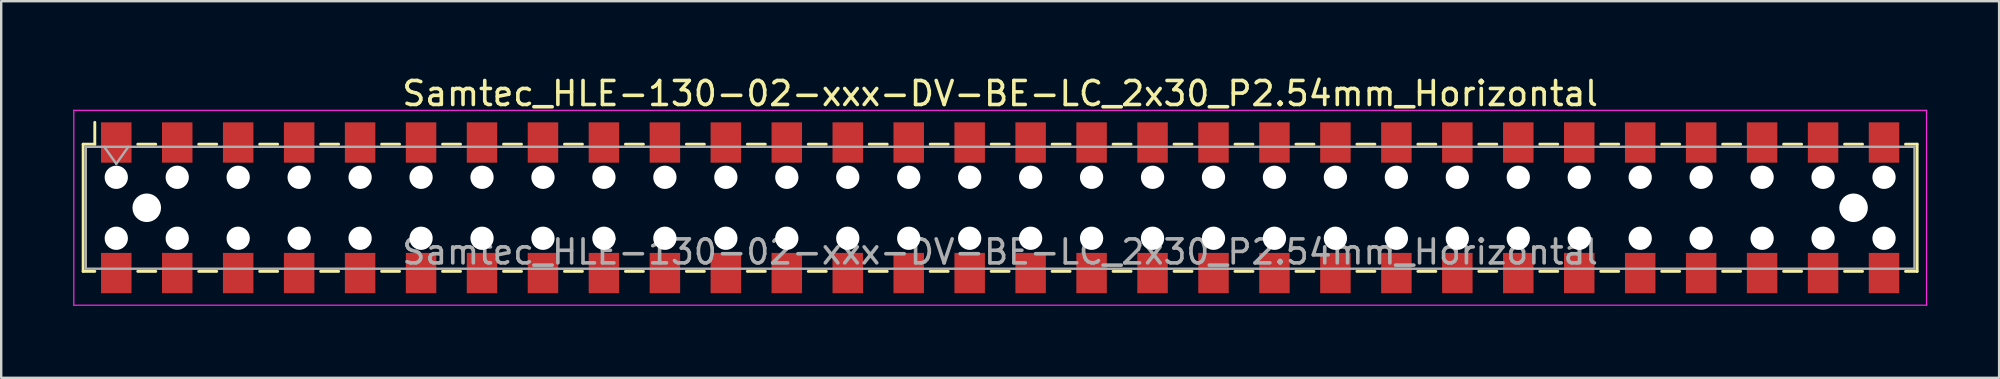
<source format=kicad_pcb>
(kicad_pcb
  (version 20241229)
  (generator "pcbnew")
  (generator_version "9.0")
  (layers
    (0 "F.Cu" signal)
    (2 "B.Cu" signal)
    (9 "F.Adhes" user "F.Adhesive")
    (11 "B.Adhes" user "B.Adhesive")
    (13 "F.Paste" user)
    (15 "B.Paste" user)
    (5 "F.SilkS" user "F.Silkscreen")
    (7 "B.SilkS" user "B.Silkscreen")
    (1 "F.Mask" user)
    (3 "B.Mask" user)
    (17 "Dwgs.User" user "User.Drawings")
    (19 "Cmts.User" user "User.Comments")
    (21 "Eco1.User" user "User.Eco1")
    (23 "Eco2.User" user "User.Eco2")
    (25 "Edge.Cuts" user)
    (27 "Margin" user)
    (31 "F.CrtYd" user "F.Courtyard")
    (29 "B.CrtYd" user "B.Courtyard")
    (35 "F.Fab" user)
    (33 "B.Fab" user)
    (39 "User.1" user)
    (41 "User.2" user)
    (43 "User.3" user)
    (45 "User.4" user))
  (footprint "Samtec_HLE-130-02-xxx-DV-BE-LC_2x30_P2.54mm_Horizontal"
    (layer "F.Cu")
    (at 38.625 5.608)
    (property "Reference" "Samtec_HLE-130-02-xxx-DV-BE-LC_2x30_P2.54mm_Horizontal" (at 0 -4.76 0) (layer "F.SilkS") (effects (font (size 1 1) (thickness 0.15))))
    (attr smd)
    (fp_line (start -38.21 -2.65) (end -38.21 2.65) (stroke (width 0.12) (type solid)) (layer "F.SilkS"))
    (fp_line (start -38.21 2.65) (end -37.725 2.65) (stroke (width 0.12) (type solid)) (layer "F.SilkS"))
    (fp_line (start -37.725 -3.56) (end -37.725 -2.65) (stroke (width 0.12) (type solid)) (layer "F.SilkS"))
    (fp_line (start -37.725 -2.65) (end -38.21 -2.65) (stroke (width 0.12) (type solid)) (layer "F.SilkS"))
    (fp_line (start -35.935 -2.65) (end -35.185 -2.65) (stroke (width 0.12) (type solid)) (layer "F.SilkS"))
    (fp_line (start -35.935 2.65) (end -35.185 2.65) (stroke (width 0.12) (type solid)) (layer "F.SilkS"))
    (fp_line (start -33.395 -2.65) (end -32.645 -2.65) (stroke (width 0.12) (type solid)) (layer "F.SilkS"))
    (fp_line (start -33.395 2.65) (end -32.645 2.65) (stroke (width 0.12) (type solid)) (layer "F.SilkS"))
    (fp_line (start -30.855 -2.65) (end -30.105 -2.65) (stroke (width 0.12) (type solid)) (layer "F.SilkS"))
    (fp_line (start -30.855 2.65) (end -30.105 2.65) (stroke (width 0.12) (type solid)) (layer "F.SilkS"))
    (fp_line (start -28.315 -2.65) (end -27.565 -2.65) (stroke (width 0.12) (type solid)) (layer "F.SilkS"))
    (fp_line (start -28.315 2.65) (end -27.565 2.65) (stroke (width 0.12) (type solid)) (layer "F.SilkS"))
    (fp_line (start -25.775 -2.65) (end -25.025 -2.65) (stroke (width 0.12) (type solid)) (layer "F.SilkS"))
    (fp_line (start -25.775 2.65) (end -25.025 2.65) (stroke (width 0.12) (type solid)) (layer "F.SilkS"))
    (fp_line (start -23.235 -2.65) (end -22.485 -2.65) (stroke (width 0.12) (type solid)) (layer "F.SilkS"))
    (fp_line (start -23.235 2.65) (end -22.485 2.65) (stroke (width 0.12) (type solid)) (layer "F.SilkS"))
    (fp_line (start -20.695 -2.65) (end -19.945 -2.65) (stroke (width 0.12) (type solid)) (layer "F.SilkS"))
    (fp_line (start -20.695 2.65) (end -19.945 2.65) (stroke (width 0.12) (type solid)) (layer "F.SilkS"))
    (fp_line (start -18.155 -2.65) (end -17.405 -2.65) (stroke (width 0.12) (type solid)) (layer "F.SilkS"))
    (fp_line (start -18.155 2.65) (end -17.405 2.65) (stroke (width 0.12) (type solid)) (layer "F.SilkS"))
    (fp_line (start -15.615 -2.65) (end -14.865 -2.65) (stroke (width 0.12) (type solid)) (layer "F.SilkS"))
    (fp_line (start -15.615 2.65) (end -14.865 2.65) (stroke (width 0.12) (type solid)) (layer "F.SilkS"))
    (fp_line (start -13.075 -2.65) (end -12.325 -2.65) (stroke (width 0.12) (type solid)) (layer "F.SilkS"))
    (fp_line (start -13.075 2.65) (end -12.325 2.65) (stroke (width 0.12) (type solid)) (layer "F.SilkS"))
    (fp_line (start -10.535 -2.65) (end -9.785 -2.65) (stroke (width 0.12) (type solid)) (layer "F.SilkS"))
    (fp_line (start -10.535 2.65) (end -9.785 2.65) (stroke (width 0.12) (type solid)) (layer "F.SilkS"))
    (fp_line (start -7.995 -2.65) (end -7.245 -2.65) (stroke (width 0.12) (type solid)) (layer "F.SilkS"))
    (fp_line (start -7.995 2.65) (end -7.245 2.65) (stroke (width 0.12) (type solid)) (layer "F.SilkS"))
    (fp_line (start -5.455 -2.65) (end -4.705 -2.65) (stroke (width 0.12) (type solid)) (layer "F.SilkS"))
    (fp_line (start -5.455 2.65) (end -4.705 2.65) (stroke (width 0.12) (type solid)) (layer "F.SilkS"))
    (fp_line (start -2.915 -2.65) (end -2.165 -2.65) (stroke (width 0.12) (type solid)) (layer "F.SilkS"))
    (fp_line (start -2.915 2.65) (end -2.165 2.65) (stroke (width 0.12) (type solid)) (layer "F.SilkS"))
    (fp_line (start -0.375 -2.65) (end 0.375 -2.65) (stroke (width 0.12) (type solid)) (layer "F.SilkS"))
    (fp_line (start -0.375 2.65) (end 0.375 2.65) (stroke (width 0.12) (type solid)) (layer "F.SilkS"))
    (fp_line (start 2.165 -2.65) (end 2.915 -2.65) (stroke (width 0.12) (type solid)) (layer "F.SilkS"))
    (fp_line (start 2.165 2.65) (end 2.915 2.65) (stroke (width 0.12) (type solid)) (layer "F.SilkS"))
    (fp_line (start 4.705 -2.65) (end 5.455 -2.65) (stroke (width 0.12) (type solid)) (layer "F.SilkS"))
    (fp_line (start 4.705 2.65) (end 5.455 2.65) (stroke (width 0.12) (type solid)) (layer "F.SilkS"))
    (fp_line (start 7.245 -2.65) (end 7.995 -2.65) (stroke (width 0.12) (type solid)) (layer "F.SilkS"))
    (fp_line (start 7.245 2.65) (end 7.995 2.65) (stroke (width 0.12) (type solid)) (layer "F.SilkS"))
    (fp_line (start 9.785 -2.65) (end 10.535 -2.65) (stroke (width 0.12) (type solid)) (layer "F.SilkS"))
    (fp_line (start 9.785 2.65) (end 10.535 2.65) (stroke (width 0.12) (type solid)) (layer "F.SilkS"))
    (fp_line (start 12.325 -2.65) (end 13.075 -2.65) (stroke (width 0.12) (type solid)) (layer "F.SilkS"))
    (fp_line (start 12.325 2.65) (end 13.075 2.65) (stroke (width 0.12) (type solid)) (layer "F.SilkS"))
    (fp_line (start 14.865 -2.65) (end 15.615 -2.65) (stroke (width 0.12) (type solid)) (layer "F.SilkS"))
    (fp_line (start 14.865 2.65) (end 15.615 2.65) (stroke (width 0.12) (type solid)) (layer "F.SilkS"))
    (fp_line (start 17.405 -2.65) (end 18.155 -2.65) (stroke (width 0.12) (type solid)) (layer "F.SilkS"))
    (fp_line (start 17.405 2.65) (end 18.155 2.65) (stroke (width 0.12) (type solid)) (layer "F.SilkS"))
    (fp_line (start 19.945 -2.65) (end 20.695 -2.65) (stroke (width 0.12) (type solid)) (layer "F.SilkS"))
    (fp_line (start 19.945 2.65) (end 20.695 2.65) (stroke (width 0.12) (type solid)) (layer "F.SilkS"))
    (fp_line (start 22.485 -2.65) (end 23.235 -2.65) (stroke (width 0.12) (type solid)) (layer "F.SilkS"))
    (fp_line (start 22.485 2.65) (end 23.235 2.65) (stroke (width 0.12) (type solid)) (layer "F.SilkS"))
    (fp_line (start 25.025 -2.65) (end 25.775 -2.65) (stroke (width 0.12) (type solid)) (layer "F.SilkS"))
    (fp_line (start 25.025 2.65) (end 25.775 2.65) (stroke (width 0.12) (type solid)) (layer "F.SilkS"))
    (fp_line (start 27.565 -2.65) (end 28.315 -2.65) (stroke (width 0.12) (type solid)) (layer "F.SilkS"))
    (fp_line (start 27.565 2.65) (end 28.315 2.65) (stroke (width 0.12) (type solid)) (layer "F.SilkS"))
    (fp_line (start 30.105 -2.65) (end 30.855 -2.65) (stroke (width 0.12) (type solid)) (layer "F.SilkS"))
    (fp_line (start 30.105 2.65) (end 30.855 2.65) (stroke (width 0.12) (type solid)) (layer "F.SilkS"))
    (fp_line (start 32.645 -2.65) (end 33.395 -2.65) (stroke (width 0.12) (type solid)) (layer "F.SilkS"))
    (fp_line (start 32.645 2.65) (end 33.395 2.65) (stroke (width 0.12) (type solid)) (layer "F.SilkS"))
    (fp_line (start 35.185 -2.65) (end 35.935 -2.65) (stroke (width 0.12) (type solid)) (layer "F.SilkS"))
    (fp_line (start 35.185 2.65) (end 35.935 2.65) (stroke (width 0.12) (type solid)) (layer "F.SilkS"))
    (fp_line (start 37.725 -2.65) (end 38.21 -2.65) (stroke (width 0.12) (type solid)) (layer "F.SilkS"))
    (fp_line (start 38.21 -2.65) (end 38.21 2.65) (stroke (width 0.12) (type solid)) (layer "F.SilkS"))
    (fp_line (start 38.21 2.65) (end 37.725 2.65) (stroke (width 0.12) (type solid)) (layer "F.SilkS"))
    (fp_line (start -38.6 -4.06) (end 38.6 -4.06) (stroke (width 0.05) (type solid)) (layer "F.CrtYd"))
    (fp_line (start -38.6 4.06) (end -38.6 -4.06) (stroke (width 0.05) (type solid)) (layer "F.CrtYd"))
    (fp_line (start 38.6 -4.06) (end 38.6 4.06) (stroke (width 0.05) (type solid)) (layer "F.CrtYd"))
    (fp_line (start 38.6 4.06) (end -38.6 4.06) (stroke (width 0.05) (type solid)) (layer "F.CrtYd"))
    (fp_line (start -38.1 -2.54) (end 38.1 -2.54) (stroke (width 0.1) (type solid)) (layer "F.Fab"))
    (fp_line (start -38.1 2.54) (end -38.1 -2.54) (stroke (width 0.1) (type solid)) (layer "F.Fab"))
    (fp_line (start -37.33 -2.54) (end -36.83 -1.833) (stroke (width 0.1) (type solid)) (layer "F.Fab"))
    (fp_line (start -36.83 -1.833) (end -36.33 -2.54) (stroke (width 0.1) (type solid)) (layer "F.Fab"))
    (fp_line (start 38.1 -2.54) (end 38.1 2.54) (stroke (width 0.1) (type solid)) (layer "F.Fab"))
    (fp_line (start 38.1 2.54) (end -38.1 2.54) (stroke (width 0.1) (type solid)) (layer "F.Fab"))
    (fp_text user "${REFERENCE}" (at 0 1.84 0) (layer "F.Fab") (effects (font (size 1 1) (thickness 0.15))))
    (pad "" np_thru_hole circle (at -36.83 -1.27) (size 0.97 0.97) (drill 0.97) (layers "*.Cu" "*.Mask"))
    (pad "" np_thru_hole circle (at -36.83 1.27) (size 0.97 0.97) (drill 0.97) (layers "*.Cu" "*.Mask"))
    (pad "" np_thru_hole circle (at -35.56 0) (size 1.19 1.19) (drill 1.19) (layers "*.Cu" "*.Mask"))
    (pad "" np_thru_hole circle (at -34.29 -1.27) (size 0.97 0.97) (drill 0.97) (layers "*.Cu" "*.Mask"))
    (pad "" np_thru_hole circle (at -34.29 1.27) (size 0.97 0.97) (drill 0.97) (layers "*.Cu" "*.Mask"))
    (pad "" np_thru_hole circle (at -31.75 -1.27) (size 0.97 0.97) (drill 0.97) (layers "*.Cu" "*.Mask"))
    (pad "" np_thru_hole circle (at -31.75 1.27) (size 0.97 0.97) (drill 0.97) (layers "*.Cu" "*.Mask"))
    (pad "" np_thru_hole circle (at -29.21 -1.27) (size 0.97 0.97) (drill 0.97) (layers "*.Cu" "*.Mask"))
    (pad "" np_thru_hole circle (at -29.21 1.27) (size 0.97 0.97) (drill 0.97) (layers "*.Cu" "*.Mask"))
    (pad "" np_thru_hole circle (at -26.67 -1.27) (size 0.97 0.97) (drill 0.97) (layers "*.Cu" "*.Mask"))
    (pad "" np_thru_hole circle (at -26.67 1.27) (size 0.97 0.97) (drill 0.97) (layers "*.Cu" "*.Mask"))
    (pad "" np_thru_hole circle (at -24.13 -1.27) (size 0.97 0.97) (drill 0.97) (layers "*.Cu" "*.Mask"))
    (pad "" np_thru_hole circle (at -24.13 1.27) (size 0.97 0.97) (drill 0.97) (layers "*.Cu" "*.Mask"))
    (pad "" np_thru_hole circle (at -21.59 -1.27) (size 0.97 0.97) (drill 0.97) (layers "*.Cu" "*.Mask"))
    (pad "" np_thru_hole circle (at -21.59 1.27) (size 0.97 0.97) (drill 0.97) (layers "*.Cu" "*.Mask"))
    (pad "" np_thru_hole circle (at -19.05 -1.27) (size 0.97 0.97) (drill 0.97) (layers "*.Cu" "*.Mask"))
    (pad "" np_thru_hole circle (at -19.05 1.27) (size 0.97 0.97) (drill 0.97) (layers "*.Cu" "*.Mask"))
    (pad "" np_thru_hole circle (at -16.51 -1.27) (size 0.97 0.97) (drill 0.97) (layers "*.Cu" "*.Mask"))
    (pad "" np_thru_hole circle (at -16.51 1.27) (size 0.97 0.97) (drill 0.97) (layers "*.Cu" "*.Mask"))
    (pad "" np_thru_hole circle (at -13.97 -1.27) (size 0.97 0.97) (drill 0.97) (layers "*.Cu" "*.Mask"))
    (pad "" np_thru_hole circle (at -13.97 1.27) (size 0.97 0.97) (drill 0.97) (layers "*.Cu" "*.Mask"))
    (pad "" np_thru_hole circle (at -11.43 -1.27) (size 0.97 0.97) (drill 0.97) (layers "*.Cu" "*.Mask"))
    (pad "" np_thru_hole circle (at -11.43 1.27) (size 0.97 0.97) (drill 0.97) (layers "*.Cu" "*.Mask"))
    (pad "" np_thru_hole circle (at -8.89 -1.27) (size 0.97 0.97) (drill 0.97) (layers "*.Cu" "*.Mask"))
    (pad "" np_thru_hole circle (at -8.89 1.27) (size 0.97 0.97) (drill 0.97) (layers "*.Cu" "*.Mask"))
    (pad "" np_thru_hole circle (at -6.35 -1.27) (size 0.97 0.97) (drill 0.97) (layers "*.Cu" "*.Mask"))
    (pad "" np_thru_hole circle (at -6.35 1.27) (size 0.97 0.97) (drill 0.97) (layers "*.Cu" "*.Mask"))
    (pad "" np_thru_hole circle (at -3.81 -1.27) (size 0.97 0.97) (drill 0.97) (layers "*.Cu" "*.Mask"))
    (pad "" np_thru_hole circle (at -3.81 1.27) (size 0.97 0.97) (drill 0.97) (layers "*.Cu" "*.Mask"))
    (pad "" np_thru_hole circle (at -1.27 -1.27) (size 0.97 0.97) (drill 0.97) (layers "*.Cu" "*.Mask"))
    (pad "" np_thru_hole circle (at -1.27 1.27) (size 0.97 0.97) (drill 0.97) (layers "*.Cu" "*.Mask"))
    (pad "" np_thru_hole circle (at 1.27 -1.27) (size 0.97 0.97) (drill 0.97) (layers "*.Cu" "*.Mask"))
    (pad "" np_thru_hole circle (at 1.27 1.27) (size 0.97 0.97) (drill 0.97) (layers "*.Cu" "*.Mask"))
    (pad "" np_thru_hole circle (at 3.81 -1.27) (size 0.97 0.97) (drill 0.97) (layers "*.Cu" "*.Mask"))
    (pad "" np_thru_hole circle (at 3.81 1.27) (size 0.97 0.97) (drill 0.97) (layers "*.Cu" "*.Mask"))
    (pad "" np_thru_hole circle (at 6.35 -1.27) (size 0.97 0.97) (drill 0.97) (layers "*.Cu" "*.Mask"))
    (pad "" np_thru_hole circle (at 6.35 1.27) (size 0.97 0.97) (drill 0.97) (layers "*.Cu" "*.Mask"))
    (pad "" np_thru_hole circle (at 8.89 -1.27) (size 0.97 0.97) (drill 0.97) (layers "*.Cu" "*.Mask"))
    (pad "" np_thru_hole circle (at 8.89 1.27) (size 0.97 0.97) (drill 0.97) (layers "*.Cu" "*.Mask"))
    (pad "" np_thru_hole circle (at 11.43 -1.27) (size 0.97 0.97) (drill 0.97) (layers "*.Cu" "*.Mask"))
    (pad "" np_thru_hole circle (at 11.43 1.27) (size 0.97 0.97) (drill 0.97) (layers "*.Cu" "*.Mask"))
    (pad "" np_thru_hole circle (at 13.97 -1.27) (size 0.97 0.97) (drill 0.97) (layers "*.Cu" "*.Mask"))
    (pad "" np_thru_hole circle (at 13.97 1.27) (size 0.97 0.97) (drill 0.97) (layers "*.Cu" "*.Mask"))
    (pad "" np_thru_hole circle (at 16.51 -1.27) (size 0.97 0.97) (drill 0.97) (layers "*.Cu" "*.Mask"))
    (pad "" np_thru_hole circle (at 16.51 1.27) (size 0.97 0.97) (drill 0.97) (layers "*.Cu" "*.Mask"))
    (pad "" np_thru_hole circle (at 19.05 -1.27) (size 0.97 0.97) (drill 0.97) (layers "*.Cu" "*.Mask"))
    (pad "" np_thru_hole circle (at 19.05 1.27) (size 0.97 0.97) (drill 0.97) (layers "*.Cu" "*.Mask"))
    (pad "" np_thru_hole circle (at 21.59 -1.27) (size 0.97 0.97) (drill 0.97) (layers "*.Cu" "*.Mask"))
    (pad "" np_thru_hole circle (at 21.59 1.27) (size 0.97 0.97) (drill 0.97) (layers "*.Cu" "*.Mask"))
    (pad "" np_thru_hole circle (at 24.13 -1.27) (size 0.97 0.97) (drill 0.97) (layers "*.Cu" "*.Mask"))
    (pad "" np_thru_hole circle (at 24.13 1.27) (size 0.97 0.97) (drill 0.97) (layers "*.Cu" "*.Mask"))
    (pad "" np_thru_hole circle (at 26.67 -1.27) (size 0.97 0.97) (drill 0.97) (layers "*.Cu" "*.Mask"))
    (pad "" np_thru_hole circle (at 26.67 1.27) (size 0.97 0.97) (drill 0.97) (layers "*.Cu" "*.Mask"))
    (pad "" np_thru_hole circle (at 29.21 -1.27) (size 0.97 0.97) (drill 0.97) (layers "*.Cu" "*.Mask"))
    (pad "" np_thru_hole circle (at 29.21 1.27) (size 0.97 0.97) (drill 0.97) (layers "*.Cu" "*.Mask"))
    (pad "" np_thru_hole circle (at 31.75 -1.27) (size 0.97 0.97) (drill 0.97) (layers "*.Cu" "*.Mask"))
    (pad "" np_thru_hole circle (at 31.75 1.27) (size 0.97 0.97) (drill 0.97) (layers "*.Cu" "*.Mask"))
    (pad "" np_thru_hole circle (at 34.29 -1.27) (size 0.97 0.97) (drill 0.97) (layers "*.Cu" "*.Mask"))
    (pad "" np_thru_hole circle (at 34.29 1.27) (size 0.97 0.97) (drill 0.97) (layers "*.Cu" "*.Mask"))
    (pad "" np_thru_hole circle (at 35.56 0) (size 1.19 1.19) (drill 1.19) (layers "*.Cu" "*.Mask"))
    (pad "" np_thru_hole circle (at 36.83 -1.27) (size 0.97 0.97) (drill 0.97) (layers "*.Cu" "*.Mask"))
    (pad "" np_thru_hole circle (at 36.83 1.27) (size 0.97 0.97) (drill 0.97) (layers "*.Cu" "*.Mask"))
    (pad "1" smd rect (at -36.83 -2.72) (size 1.27 1.68) (layers "F.Cu" "F.Mask" "F.Paste"))
    (pad "2" smd rect (at -36.83 2.72) (size 1.27 1.68) (layers "F.Cu" "F.Mask" "F.Paste"))
    (pad "3" smd rect (at -34.29 -2.72) (size 1.27 1.68) (layers "F.Cu" "F.Mask" "F.Paste"))
    (pad "4" smd rect (at -34.29 2.72) (size 1.27 1.68) (layers "F.Cu" "F.Mask" "F.Paste"))
    (pad "5" smd rect (at -31.75 -2.72) (size 1.27 1.68) (layers "F.Cu" "F.Mask" "F.Paste"))
    (pad "6" smd rect (at -31.75 2.72) (size 1.27 1.68) (layers "F.Cu" "F.Mask" "F.Paste"))
    (pad "7" smd rect (at -29.21 -2.72) (size 1.27 1.68) (layers "F.Cu" "F.Mask" "F.Paste"))
    (pad "8" smd rect (at -29.21 2.72) (size 1.27 1.68) (layers "F.Cu" "F.Mask" "F.Paste"))
    (pad "9" smd rect (at -26.67 -2.72) (size 1.27 1.68) (layers "F.Cu" "F.Mask" "F.Paste"))
    (pad "10" smd rect (at -26.67 2.72) (size 1.27 1.68) (layers "F.Cu" "F.Mask" "F.Paste"))
    (pad "11" smd rect (at -24.13 -2.72) (size 1.27 1.68) (layers "F.Cu" "F.Mask" "F.Paste"))
    (pad "12" smd rect (at -24.13 2.72) (size 1.27 1.68) (layers "F.Cu" "F.Mask" "F.Paste"))
    (pad "13" smd rect (at -21.59 -2.72) (size 1.27 1.68) (layers "F.Cu" "F.Mask" "F.Paste"))
    (pad "14" smd rect (at -21.59 2.72) (size 1.27 1.68) (layers "F.Cu" "F.Mask" "F.Paste"))
    (pad "15" smd rect (at -19.05 -2.72) (size 1.27 1.68) (layers "F.Cu" "F.Mask" "F.Paste"))
    (pad "16" smd rect (at -19.05 2.72) (size 1.27 1.68) (layers "F.Cu" "F.Mask" "F.Paste"))
    (pad "17" smd rect (at -16.51 -2.72) (size 1.27 1.68) (layers "F.Cu" "F.Mask" "F.Paste"))
    (pad "18" smd rect (at -16.51 2.72) (size 1.27 1.68) (layers "F.Cu" "F.Mask" "F.Paste"))
    (pad "19" smd rect (at -13.97 -2.72) (size 1.27 1.68) (layers "F.Cu" "F.Mask" "F.Paste"))
    (pad "20" smd rect (at -13.97 2.72) (size 1.27 1.68) (layers "F.Cu" "F.Mask" "F.Paste"))
    (pad "21" smd rect (at -11.43 -2.72) (size 1.27 1.68) (layers "F.Cu" "F.Mask" "F.Paste"))
    (pad "22" smd rect (at -11.43 2.72) (size 1.27 1.68) (layers "F.Cu" "F.Mask" "F.Paste"))
    (pad "23" smd rect (at -8.89 -2.72) (size 1.27 1.68) (layers "F.Cu" "F.Mask" "F.Paste"))
    (pad "24" smd rect (at -8.89 2.72) (size 1.27 1.68) (layers "F.Cu" "F.Mask" "F.Paste"))
    (pad "25" smd rect (at -6.35 -2.72) (size 1.27 1.68) (layers "F.Cu" "F.Mask" "F.Paste"))
    (pad "26" smd rect (at -6.35 2.72) (size 1.27 1.68) (layers "F.Cu" "F.Mask" "F.Paste"))
    (pad "27" smd rect (at -3.81 -2.72) (size 1.27 1.68) (layers "F.Cu" "F.Mask" "F.Paste"))
    (pad "28" smd rect (at -3.81 2.72) (size 1.27 1.68) (layers "F.Cu" "F.Mask" "F.Paste"))
    (pad "29" smd rect (at -1.27 -2.72) (size 1.27 1.68) (layers "F.Cu" "F.Mask" "F.Paste"))
    (pad "30" smd rect (at -1.27 2.72) (size 1.27 1.68) (layers "F.Cu" "F.Mask" "F.Paste"))
    (pad "31" smd rect (at 1.27 -2.72) (size 1.27 1.68) (layers "F.Cu" "F.Mask" "F.Paste"))
    (pad "32" smd rect (at 1.27 2.72) (size 1.27 1.68) (layers "F.Cu" "F.Mask" "F.Paste"))
    (pad "33" smd rect (at 3.81 -2.72) (size 1.27 1.68) (layers "F.Cu" "F.Mask" "F.Paste"))
    (pad "34" smd rect (at 3.81 2.72) (size 1.27 1.68) (layers "F.Cu" "F.Mask" "F.Paste"))
    (pad "35" smd rect (at 6.35 -2.72) (size 1.27 1.68) (layers "F.Cu" "F.Mask" "F.Paste"))
    (pad "36" smd rect (at 6.35 2.72) (size 1.27 1.68) (layers "F.Cu" "F.Mask" "F.Paste"))
    (pad "37" smd rect (at 8.89 -2.72) (size 1.27 1.68) (layers "F.Cu" "F.Mask" "F.Paste"))
    (pad "38" smd rect (at 8.89 2.72) (size 1.27 1.68) (layers "F.Cu" "F.Mask" "F.Paste"))
    (pad "39" smd rect (at 11.43 -2.72) (size 1.27 1.68) (layers "F.Cu" "F.Mask" "F.Paste"))
    (pad "40" smd rect (at 11.43 2.72) (size 1.27 1.68) (layers "F.Cu" "F.Mask" "F.Paste"))
    (pad "41" smd rect (at 13.97 -2.72) (size 1.27 1.68) (layers "F.Cu" "F.Mask" "F.Paste"))
    (pad "42" smd rect (at 13.97 2.72) (size 1.27 1.68) (layers "F.Cu" "F.Mask" "F.Paste"))
    (pad "43" smd rect (at 16.51 -2.72) (size 1.27 1.68) (layers "F.Cu" "F.Mask" "F.Paste"))
    (pad "44" smd rect (at 16.51 2.72) (size 1.27 1.68) (layers "F.Cu" "F.Mask" "F.Paste"))
    (pad "45" smd rect (at 19.05 -2.72) (size 1.27 1.68) (layers "F.Cu" "F.Mask" "F.Paste"))
    (pad "46" smd rect (at 19.05 2.72) (size 1.27 1.68) (layers "F.Cu" "F.Mask" "F.Paste"))
    (pad "47" smd rect (at 21.59 -2.72) (size 1.27 1.68) (layers "F.Cu" "F.Mask" "F.Paste"))
    (pad "48" smd rect (at 21.59 2.72) (size 1.27 1.68) (layers "F.Cu" "F.Mask" "F.Paste"))
    (pad "49" smd rect (at 24.13 -2.72) (size 1.27 1.68) (layers "F.Cu" "F.Mask" "F.Paste"))
    (pad "50" smd rect (at 24.13 2.72) (size 1.27 1.68) (layers "F.Cu" "F.Mask" "F.Paste"))
    (pad "51" smd rect (at 26.67 -2.72) (size 1.27 1.68) (layers "F.Cu" "F.Mask" "F.Paste"))
    (pad "52" smd rect (at 26.67 2.72) (size 1.27 1.68) (layers "F.Cu" "F.Mask" "F.Paste"))
    (pad "53" smd rect (at 29.21 -2.72) (size 1.27 1.68) (layers "F.Cu" "F.Mask" "F.Paste"))
    (pad "54" smd rect (at 29.21 2.72) (size 1.27 1.68) (layers "F.Cu" "F.Mask" "F.Paste"))
    (pad "55" smd rect (at 31.75 -2.72) (size 1.27 1.68) (layers "F.Cu" "F.Mask" "F.Paste"))
    (pad "56" smd rect (at 31.75 2.72) (size 1.27 1.68) (layers "F.Cu" "F.Mask" "F.Paste"))
    (pad "57" smd rect (at 34.29 -2.72) (size 1.27 1.68) (layers "F.Cu" "F.Mask" "F.Paste"))
    (pad "58" smd rect (at 34.29 2.72) (size 1.27 1.68) (layers "F.Cu" "F.Mask" "F.Paste"))
    (pad "59" smd rect (at 36.83 -2.72) (size 1.27 1.68) (layers "F.Cu" "F.Mask" "F.Paste"))
    (pad "60" smd rect (at 36.83 2.72) (size 1.27 1.68) (layers "F.Cu" "F.Mask" "F.Paste")))
  (gr_rect
    (start -3 -3)
    (end 80.25 12.693)
    (stroke (width 0.1) (type default))
    (fill no)
    (layer "Edge.Cuts")))
</source>
